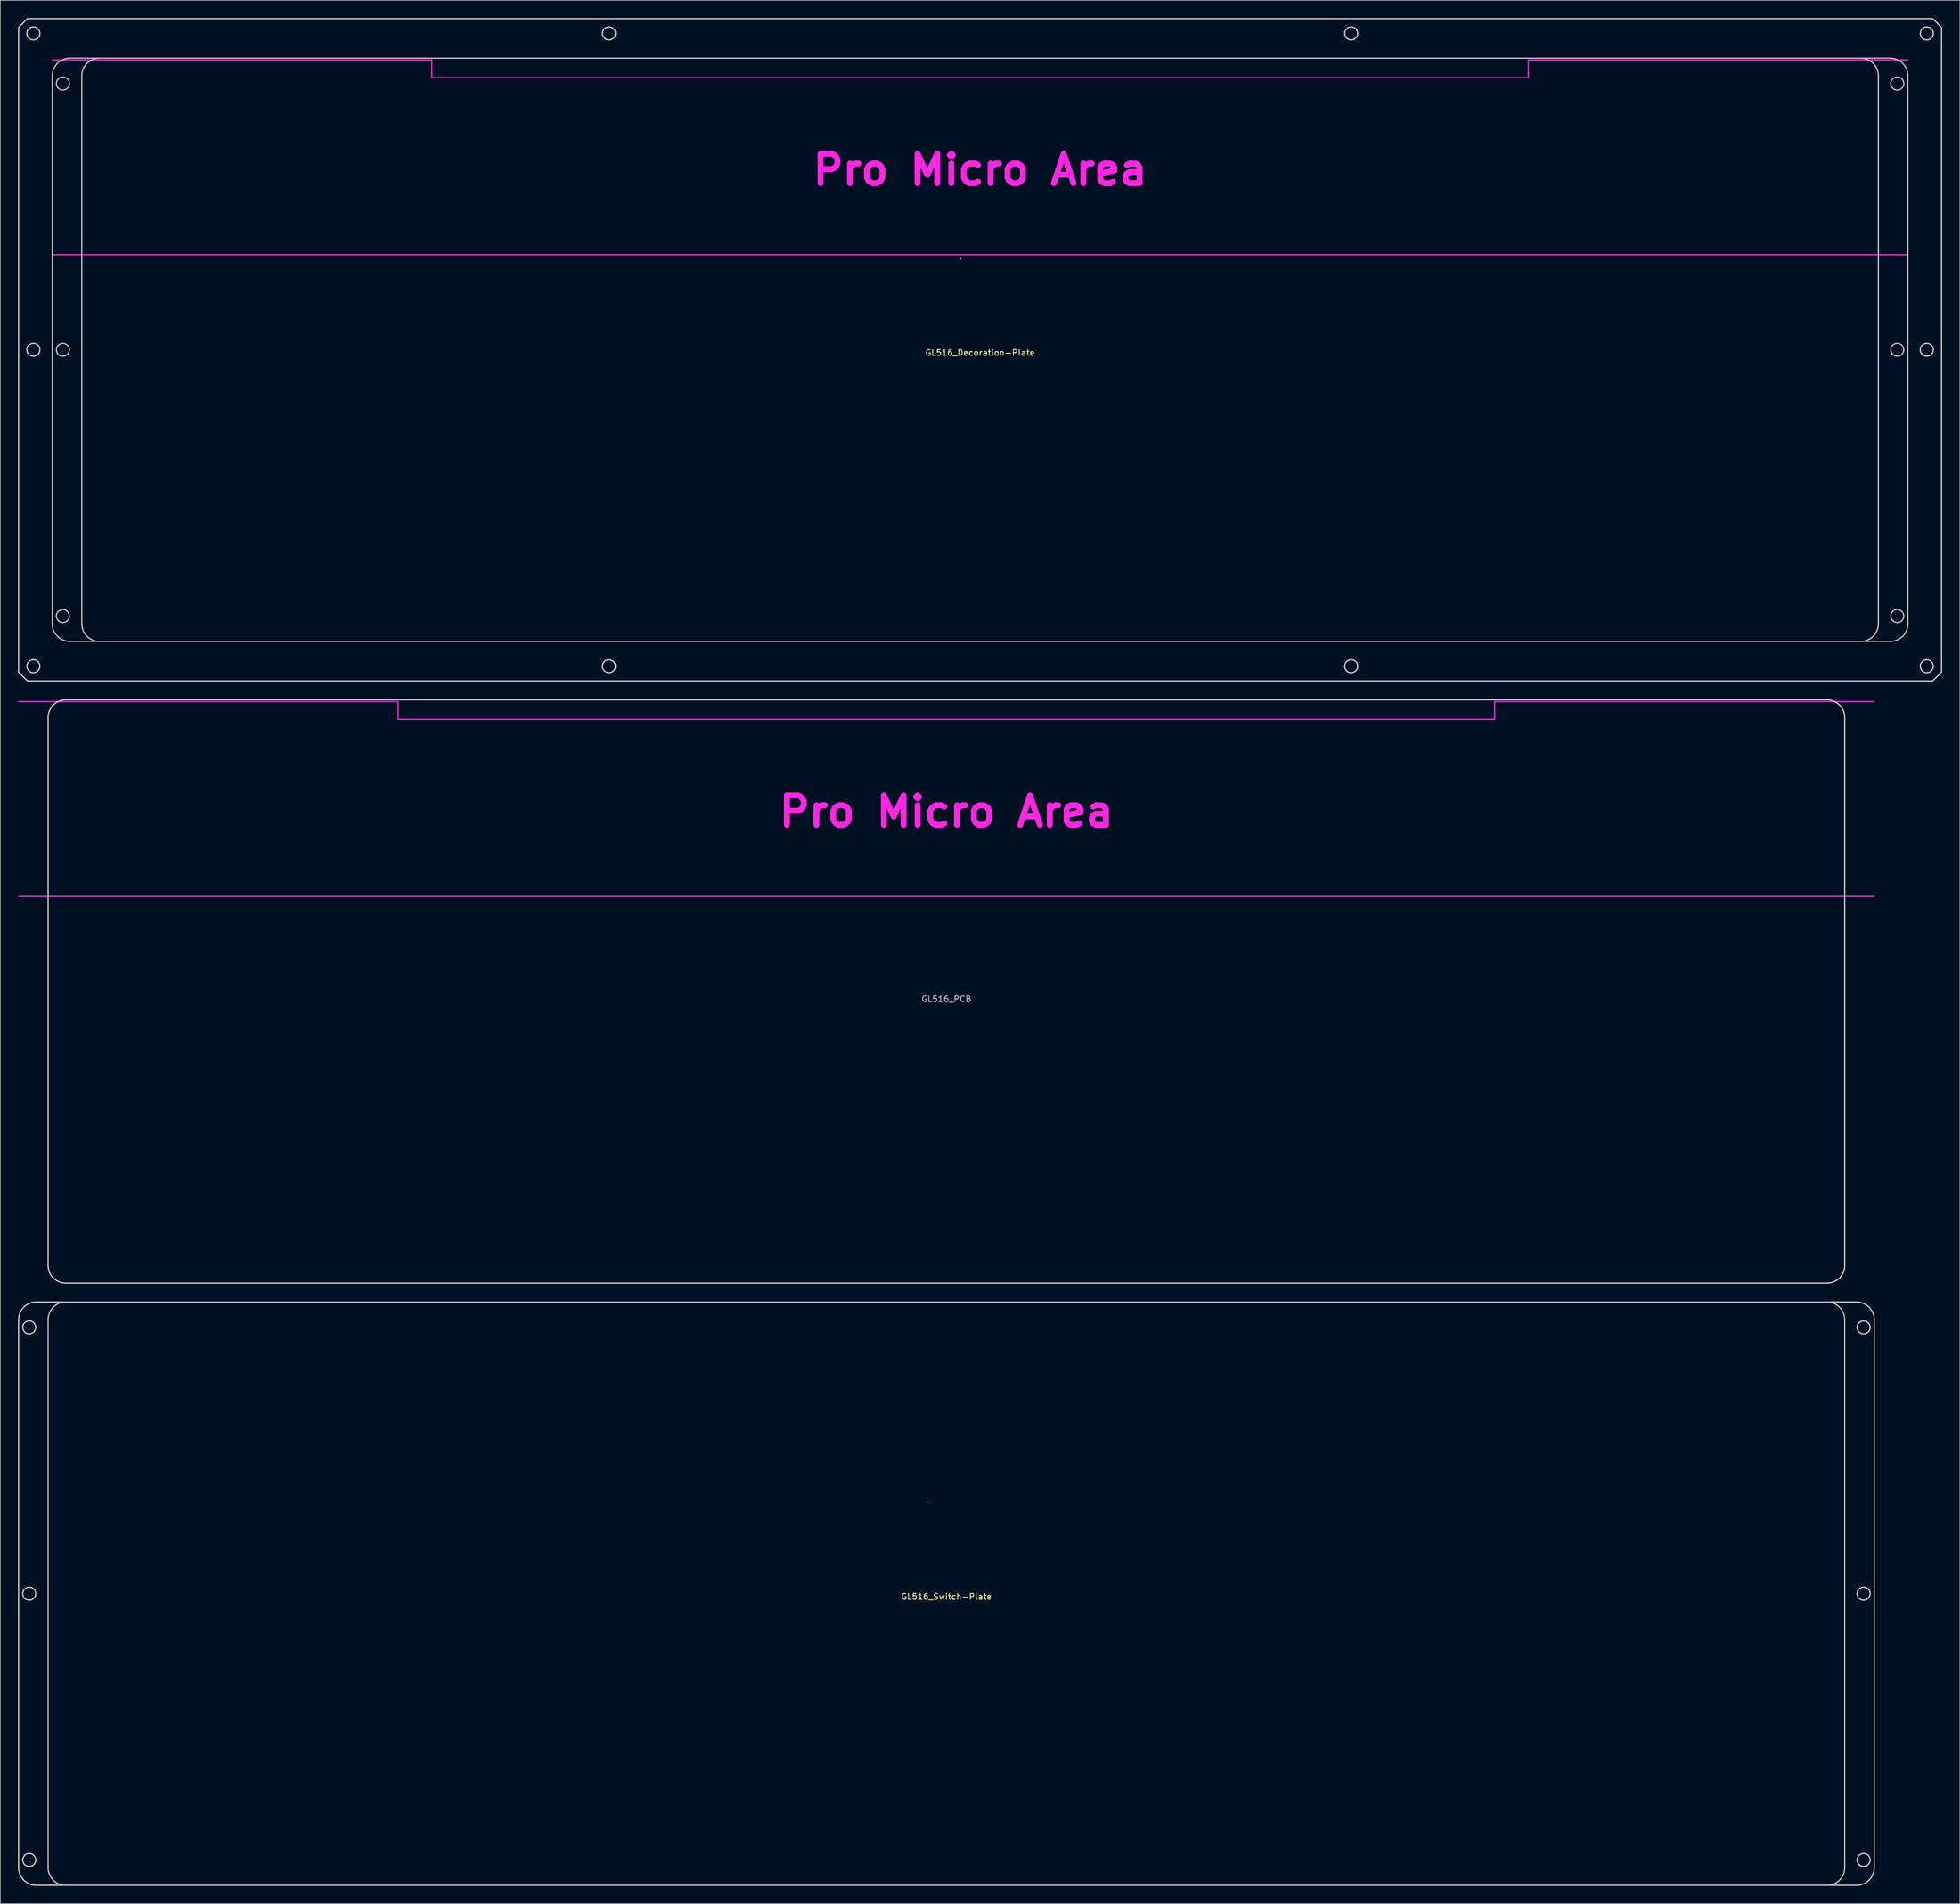
<source format=kicad_pcb>
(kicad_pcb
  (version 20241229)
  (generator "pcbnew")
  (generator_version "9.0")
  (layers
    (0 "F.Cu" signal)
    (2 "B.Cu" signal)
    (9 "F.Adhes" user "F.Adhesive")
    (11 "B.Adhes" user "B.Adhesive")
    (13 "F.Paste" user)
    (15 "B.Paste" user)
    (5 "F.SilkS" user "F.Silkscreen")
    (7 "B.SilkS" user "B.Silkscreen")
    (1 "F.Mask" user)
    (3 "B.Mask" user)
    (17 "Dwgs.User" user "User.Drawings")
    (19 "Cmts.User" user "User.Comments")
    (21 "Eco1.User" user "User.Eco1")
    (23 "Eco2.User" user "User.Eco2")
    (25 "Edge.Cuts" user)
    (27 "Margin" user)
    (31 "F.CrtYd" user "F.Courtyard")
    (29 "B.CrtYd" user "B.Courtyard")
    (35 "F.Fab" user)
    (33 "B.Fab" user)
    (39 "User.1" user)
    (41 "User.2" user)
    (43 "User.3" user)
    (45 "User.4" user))
  (footprint "GL516_Switch-Plate"
    (layer "F.Cu")
    (at 157.275 266.905)
    (property "Reference" "GL516_Switch-Plate" (at 0 0.5 0) (layer "F.SilkS") (effects (font (size 1 1) (thickness 0.15))))
    (attr through_hole)
    (fp_curve (pts (xy -152.174 -46.398) (xy -152.174 -46.398) (xy -152.174 46.401) (xy -152.174 46.401)) (stroke (width 0.2) (type solid)) (layer "Dwgs.User"))
    (fp_curve (pts (xy -152.174 46.402) (xy -152.174 48.059) (xy -150.831 49.402) (xy -149.174 49.402)) (stroke (width 0.2) (type solid)) (layer "Dwgs.User"))
    (fp_curve (pts (xy -149.174 49.4) (xy -149.174 49.4) (xy 149.174 49.4) (xy 149.174 49.4)) (stroke (width 0.2) (type solid)) (layer "Dwgs.User"))
    (fp_curve (pts (xy -149.174 -49.398) (xy -150.831 -49.398) (xy -152.174 -48.055) (xy -152.174 -46.398)) (stroke (width 0.2) (type solid)) (layer "Dwgs.User"))
    (fp_curve (pts (xy 149.174 -49.4) (xy 149.174 -49.4) (xy -149.174 -49.4) (xy -149.174 -49.4)) (stroke (width 0.2) (type solid)) (layer "Dwgs.User"))
    (fp_curve (pts (xy 149.177 49.402) (xy 150.833 49.402) (xy 152.176 48.058) (xy 152.176 46.402)) (stroke (width 0.2) (type solid)) (layer "Dwgs.User"))
    (fp_curve (pts (xy 152.174 46.401) (xy 152.174 46.401) (xy 152.174 -46.398) (xy 152.174 -46.398)) (stroke (width 0.2) (type solid)) (layer "Dwgs.User"))
    (fp_curve (pts (xy 152.176 -46.398) (xy 152.176 -48.055) (xy 150.833 -49.398) (xy 149.177 -49.398)) (stroke (width 0.2) (type solid)) (layer "Dwgs.User"))
    (fp_circle (center -155.374 -45.098) (end -154.274 -45.098) (stroke (width 0.2) (type solid)) (fill no) (layer "Edge.Cuts"))
    (fp_circle (center -155.374 0.002) (end -154.274 0.002) (stroke (width 0.2) (type solid)) (fill no) (layer "Edge.Cuts"))
    (fp_circle (center -155.374 45.102) (end -154.274 45.102) (stroke (width 0.2) (type solid)) (fill no) (layer "Edge.Cuts"))
    (fp_circle (center 155.377 -45.098) (end 156.477 -45.098) (stroke (width 0.2) (type solid)) (fill no) (layer "Edge.Cuts"))
    (fp_circle (center 155.377 0.002) (end 156.477 0.002) (stroke (width 0.2) (type solid)) (fill no) (layer "Edge.Cuts"))
    (fp_circle (center 155.377 45.102) (end 156.477 45.102) (stroke (width 0.2) (type solid)) (fill no) (layer "Edge.Cuts"))
    (fp_curve (pts (xy -157.175 -46.398) (xy -157.175 -46.398) (xy -157.175 46.401) (xy -157.175 46.401)) (stroke (width 0.2) (type solid)) (layer "Edge.Cuts"))
    (fp_curve (pts (xy -157.174 -46.398) (xy -157.174 -46.398) (xy -157.174 -46.398) (xy -157.174 -46.398)) (stroke (width 0.2) (type solid)) (layer "Edge.Cuts"))
    (fp_curve (pts (xy -157.174 46.402) (xy -157.174 48.059) (xy -155.831 49.402) (xy -154.174 49.402)) (stroke (width 0.2) (type solid)) (layer "Edge.Cuts"))
    (fp_curve (pts (xy -154.175 49.4) (xy -154.175 49.4) (xy 154.175 49.4) (xy 154.175 49.4)) (stroke (width 0.2) (type solid)) (layer "Edge.Cuts"))
    (fp_curve (pts (xy -154.174 49.402) (xy -154.174 49.402) (xy -154.174 49.402) (xy -154.174 49.402)) (stroke (width 0.2) (type solid)) (layer "Edge.Cuts"))
    (fp_curve (pts (xy -154.174 -49.398) (xy -155.831 -49.398) (xy -157.174 -48.055) (xy -157.174 -46.398)) (stroke (width 0.2) (type solid)) (layer "Edge.Cuts"))
    (fp_curve (pts (xy -149.174 49.402) (xy -149.174 49.402) (xy -149.174 49.402) (xy -149.174 49.402)) (stroke (width 0.2) (type solid)) (layer "Edge.Cuts"))
    (fp_curve (pts (xy -3.278 -15.396) (xy -3.278 -15.396) (xy -3.278 -15.396) (xy -3.278 -15.396)) (stroke (width 0.2) (type solid)) (layer "Edge.Cuts"))
    (fp_curve (pts (xy 154.175 -49.4) (xy 154.175 -49.4) (xy -154.175 -49.4) (xy -154.175 -49.4)) (stroke (width 0.2) (type solid)) (layer "Edge.Cuts"))
    (fp_curve (pts (xy 154.175 49.402) (xy 155.832 49.402) (xy 157.175 48.058) (xy 157.175 46.402)) (stroke (width 0.2) (type solid)) (layer "Edge.Cuts"))
    (fp_curve (pts (xy 157.175 -46.398) (xy 157.175 -48.055) (xy 155.832 -49.398) (xy 154.175 -49.398)) (stroke (width 0.2) (type solid)) (layer "Edge.Cuts"))
    (fp_curve (pts (xy 157.175 46.401) (xy 157.175 46.401) (xy 157.175 -46.398) (xy 157.175 -46.398)) (stroke (width 0.2) (type solid)) (layer "Edge.Cuts")))
  (footprint "GL516_PCB"
    (layer "F.Cu")
    (at 157.275 164.902)
    (property "Reference" "GL516_PCB" (at 0 1.27 0) (layer "Dwgs.User") (effects (font (size 1 1) (thickness 0.15))))
    (attr through_hole)
    (fp_curve (pts (xy -152.174 -46.398) (xy -152.174 -46.398) (xy -152.174 46.401) (xy -152.174 46.401)) (stroke (width 0.2) (type solid)) (layer "Edge.Cuts"))
    (fp_curve (pts (xy -152.174 -46.398) (xy -152.174 -46.398) (xy -152.174 -46.398) (xy -152.174 -46.398)) (stroke (width 0.2) (type solid)) (layer "Edge.Cuts"))
    (fp_curve (pts (xy -152.174 46.402) (xy -152.174 48.059) (xy -150.831 49.402) (xy -149.174 49.402)) (stroke (width 0.2) (type solid)) (layer "Edge.Cuts"))
    (fp_curve (pts (xy -149.174 49.4) (xy -149.174 49.4) (xy 149.174 49.4) (xy 149.174 49.4)) (stroke (width 0.2) (type solid)) (layer "Edge.Cuts"))
    (fp_curve (pts (xy -149.174 49.402) (xy -149.174 49.402) (xy -149.174 49.402) (xy -149.174 49.402)) (stroke (width 0.2) (type solid)) (layer "Edge.Cuts"))
    (fp_curve (pts (xy -149.174 -49.398) (xy -150.831 -49.398) (xy -152.174 -48.055) (xy -152.174 -46.398)) (stroke (width 0.2) (type solid)) (layer "Edge.Cuts"))
    (fp_curve (pts (xy 149.174 -49.4) (xy 149.174 -49.4) (xy -149.174 -49.4) (xy -149.174 -49.4)) (stroke (width 0.2) (type solid)) (layer "Edge.Cuts"))
    (fp_curve (pts (xy 149.177 49.402) (xy 150.833 49.402) (xy 152.176 48.058) (xy 152.176 46.402)) (stroke (width 0.2) (type solid)) (layer "Edge.Cuts"))
    (fp_curve (pts (xy 152.174 46.401) (xy 152.174 46.401) (xy 152.174 -46.398) (xy 152.174 -46.398)) (stroke (width 0.2) (type solid)) (layer "Edge.Cuts"))
    (fp_curve (pts (xy 152.176 -46.398) (xy 152.176 -48.055) (xy 150.833 -49.398) (xy 149.177 -49.398)) (stroke (width 0.2) (type solid)) (layer "Edge.Cuts"))
    (fp_curve (pts (xy -157.175 -49.098) (xy -157.175 -49.098) (xy -92.875 -49.098) (xy -92.875 -49.098)) (stroke (width 0.2) (type solid)) (layer "F.CrtYd"))
    (fp_curve (pts (xy -157.175 -16.099) (xy -157.175 -16.099) (xy 157.175 -16.099) (xy 157.175 -16.099)) (stroke (width 0.2) (type solid)) (layer "F.CrtYd"))
    (fp_curve (pts (xy -92.875 -49.098) (xy -92.875 -49.098) (xy -92.875 -46.098) (xy -92.875 -46.098)) (stroke (width 0.2) (type solid)) (layer "F.CrtYd"))
    (fp_curve (pts (xy -92.875 -46.098) (xy -92.875 -46.098) (xy 92.875 -46.098) (xy 92.875 -46.098)) (stroke (width 0.2) (type solid)) (layer "F.CrtYd"))
    (fp_curve (pts (xy 92.875 -49.098) (xy 92.875 -49.098) (xy 92.875 -46.098) (xy 92.875 -46.098)) (stroke (width 0.2) (type solid)) (layer "F.CrtYd"))
    (fp_curve (pts (xy 157.175 -49.098) (xy 157.175 -49.098) (xy 92.875 -49.098) (xy 92.875 -49.098)) (stroke (width 0.2) (type solid)) (layer "F.CrtYd"))
    (fp_text user "Pro Micro Area" (at 0 -30.48 0) (layer "F.CrtYd") (effects (font (size 5 5) (thickness 1)))))
  (footprint "GL516_Decoration-Plate"
    (layer "F.Cu")
    (at 162.975 56.201)
    (property "Reference" "GL516_Decoration-Plate" (at 0 0.5 0) (layer "F.SilkS") (effects (font (size 1 1) (thickness 0.15))))
    (attr through_hole)
    (fp_circle (center -155.374 -45.098) (end -154.274 -45.098) (stroke (width 0.2) (type solid)) (fill no) (layer "Dwgs.User"))
    (fp_circle (center -155.374 0.002) (end -154.274 0.002) (stroke (width 0.2) (type solid)) (fill no) (layer "Dwgs.User"))
    (fp_circle (center -155.374 45.102) (end -154.274 45.102) (stroke (width 0.2) (type solid)) (fill no) (layer "Dwgs.User"))
    (fp_circle (center 155.377 -45.098) (end 156.477 -45.098) (stroke (width 0.2) (type solid)) (fill no) (layer "Dwgs.User"))
    (fp_circle (center 155.377 0.002) (end 156.477 0.002) (stroke (width 0.2) (type solid)) (fill no) (layer "Dwgs.User"))
    (fp_circle (center 155.377 45.102) (end 156.477 45.102) (stroke (width 0.2) (type solid)) (fill no) (layer "Dwgs.User"))
    (fp_curve (pts (xy -157.175 -46.401) (xy -157.175 -46.398) (xy -157.175 46.401) (xy -157.175 46.401)) (stroke (width 0.2) (type solid)) (layer "Dwgs.User"))
    (fp_curve (pts (xy -157.175 46.402) (xy -157.174 48.059) (xy -155.831 49.402) (xy -154.175 49.4)) (stroke (width 0.2) (type solid)) (layer "Dwgs.User"))
    (fp_curve (pts (xy -157.174 -46.398) (xy -157.174 -46.398) (xy -157.174 -46.398) (xy -157.174 -46.398)) (stroke (width 0.2) (type solid)) (layer "Dwgs.User"))
    (fp_curve (pts (xy -154.175 -49.4) (xy -155.831 -49.398) (xy -157.174 -48.055) (xy -157.175 -46.401)) (stroke (width 0.2) (type solid)) (layer "Dwgs.User"))
    (fp_curve (pts (xy -154.175 49.4) (xy -154.175 49.4) (xy 154.175 49.4) (xy 154.175 49.4)) (stroke (width 0.2) (type solid)) (layer "Dwgs.User"))
    (fp_curve (pts (xy -152.174 -46.398) (xy -152.174 -46.398) (xy -152.174 46.401) (xy -152.174 46.401)) (stroke (width 0.2) (type solid)) (layer "Dwgs.User"))
    (fp_curve (pts (xy -152.174 -46.398) (xy -152.174 -46.398) (xy -152.174 -46.398) (xy -152.174 -46.398)) (stroke (width 0.2) (type solid)) (layer "Dwgs.User"))
    (fp_curve (pts (xy -152.174 46.402) (xy -152.174 48.059) (xy -150.831 49.402) (xy -149.174 49.402)) (stroke (width 0.2) (type solid)) (layer "Dwgs.User"))
    (fp_curve (pts (xy -149.174 49.4) (xy -149.174 49.4) (xy 149.174 49.4) (xy 149.174 49.4)) (stroke (width 0.2) (type solid)) (layer "Dwgs.User"))
    (fp_curve (pts (xy -149.174 -49.398) (xy -150.831 -49.398) (xy -152.174 -48.055) (xy -152.174 -46.398)) (stroke (width 0.2) (type solid)) (layer "Dwgs.User"))
    (fp_curve (pts (xy -3.278 -15.396) (xy -3.278 -15.396) (xy -3.278 -15.396) (xy -3.278 -15.396)) (stroke (width 0.2) (type solid)) (layer "Dwgs.User"))
    (fp_curve (pts (xy 149.174 -49.4) (xy 149.174 -49.4) (xy -149.174 -49.4) (xy -149.174 -49.4)) (stroke (width 0.2) (type solid)) (layer "Dwgs.User"))
    (fp_curve (pts (xy 149.177 49.402) (xy 150.833 49.402) (xy 152.176 48.058) (xy 152.176 46.402)) (stroke (width 0.2) (type solid)) (layer "Dwgs.User"))
    (fp_curve (pts (xy 152.174 46.401) (xy 152.174 46.401) (xy 152.174 -46.398) (xy 152.174 -46.398)) (stroke (width 0.2) (type solid)) (layer "Dwgs.User"))
    (fp_curve (pts (xy 152.176 -46.398) (xy 152.176 -48.055) (xy 150.833 -49.398) (xy 149.177 -49.398)) (stroke (width 0.2) (type solid)) (layer "Dwgs.User"))
    (fp_curve (pts (xy 154.175 -49.4) (xy 154.175 -49.4) (xy -154.175 -49.4) (xy -154.175 -49.4)) (stroke (width 0.2) (type solid)) (layer "Dwgs.User"))
    (fp_curve (pts (xy 154.175 49.4) (xy 155.832 49.402) (xy 157.175 48.058) (xy 157.175 46.401)) (stroke (width 0.2) (type solid)) (layer "Dwgs.User"))
    (fp_curve (pts (xy 157.175 -46.401) (xy 157.175 -48.055) (xy 155.832 -49.398) (xy 154.175 -49.4)) (stroke (width 0.2) (type solid)) (layer "Dwgs.User"))
    (fp_curve (pts (xy 157.175 46.401) (xy 157.175 46.401) (xy 157.175 -46.398) (xy 157.175 -46.401)) (stroke (width 0.2) (type solid)) (layer "Dwgs.User"))
    (fp_circle (center -160.373 -53.599) (end -159.273 -53.599) (stroke (width 0.2) (type solid)) (fill no) (layer "Edge.Cuts"))
    (fp_circle (center -160.373 0.001) (end -159.273 0.001) (stroke (width 0.2) (type solid)) (fill no) (layer "Edge.Cuts"))
    (fp_circle (center -160.373 53.601) (end -159.273 53.601) (stroke (width 0.2) (type solid)) (fill no) (layer "Edge.Cuts"))
    (fp_circle (center -62.873 -53.599) (end -61.773 -53.599) (stroke (width 0.2) (type solid)) (fill no) (layer "Edge.Cuts"))
    (fp_circle (center -62.873 53.601) (end -61.773 53.601) (stroke (width 0.2) (type solid)) (fill no) (layer "Edge.Cuts"))
    (fp_circle (center 62.877 -53.599) (end 63.977 -53.599) (stroke (width 0.2) (type solid)) (fill no) (layer "Edge.Cuts"))
    (fp_circle (center 62.877 53.601) (end 63.977 53.601) (stroke (width 0.2) (type solid)) (fill no) (layer "Edge.Cuts"))
    (fp_circle (center 160.376 -53.599) (end 161.476 -53.599) (stroke (width 0.2) (type solid)) (fill no) (layer "Edge.Cuts"))
    (fp_circle (center 160.376 0.001) (end 161.476 0.001) (stroke (width 0.2) (type solid)) (fill no) (layer "Edge.Cuts"))
    (fp_circle (center 160.376 53.601) (end 161.476 53.601) (stroke (width 0.2) (type solid)) (fill no) (layer "Edge.Cuts"))
    (fp_curve (pts (xy -162.875 -54.6) (xy -162.875 -54.6) (xy -162.875 54.6) (xy -162.875 54.6)) (stroke (width 0.2) (type solid)) (layer "Edge.Cuts"))
    (fp_curve (pts (xy -162.875 54.6) (xy -162.875 54.6) (xy -161.374 56.101) (xy -161.374 56.101)) (stroke (width 0.2) (type solid)) (layer "Edge.Cuts"))
    (fp_curve (pts (xy -161.374 -56.101) (xy -161.374 -56.101) (xy -162.875 -54.6) (xy -162.875 -54.6)) (stroke (width 0.2) (type solid)) (layer "Edge.Cuts"))
    (fp_curve (pts (xy -161.374 56.101) (xy -161.374 56.101) (xy 161.376 56.101) (xy 161.376 56.101)) (stroke (width 0.2) (type solid)) (layer "Edge.Cuts"))
    (fp_curve (pts (xy 161.376 -56.101) (xy 161.376 -56.101) (xy -161.374 -56.101) (xy -161.374 -56.101)) (stroke (width 0.2) (type solid)) (layer "Edge.Cuts"))
    (fp_curve (pts (xy 161.376 56.101) (xy 161.376 56.101) (xy 162.875 54.6) (xy 162.875 54.6)) (stroke (width 0.2) (type solid)) (layer "Edge.Cuts"))
    (fp_curve (pts (xy 162.875 -54.6) (xy 162.875 -54.6) (xy 161.376 -56.101) (xy 161.376 -56.101)) (stroke (width 0.2) (type solid)) (layer "Edge.Cuts"))
    (fp_curve (pts (xy 162.875 54.6) (xy 162.875 54.6) (xy 162.875 -54.6) (xy 162.875 -54.6)) (stroke (width 0.2) (type solid)) (layer "Edge.Cuts"))
    (fp_curve (pts (xy -157.175 -49.098) (xy -157.175 -49.098) (xy -92.875 -49.098) (xy -92.875 -49.098)) (stroke (width 0.2) (type solid)) (layer "F.CrtYd"))
    (fp_curve (pts (xy -157.175 -16.099) (xy -157.175 -16.099) (xy 157.175 -16.099) (xy 157.175 -16.099)) (stroke (width 0.2) (type solid)) (layer "F.CrtYd"))
    (fp_curve (pts (xy -152.174 -46.398) (xy -152.174 -46.398) (xy -152.174 46.401) (xy -152.174 46.401)) (stroke (width 0.2) (type solid)) (layer "F.CrtYd"))
    (fp_curve (pts (xy -152.174 46.402) (xy -152.174 48.059) (xy -150.831 49.402) (xy -149.174 49.402)) (stroke (width 0.2) (type solid)) (layer "F.CrtYd"))
    (fp_curve (pts (xy -149.174 49.4) (xy -149.174 49.4) (xy 149.174 49.4) (xy 149.174 49.4)) (stroke (width 0.2) (type solid)) (layer "F.CrtYd"))
    (fp_curve (pts (xy -149.174 -49.398) (xy -150.831 -49.398) (xy -152.174 -48.055) (xy -152.174 -46.398)) (stroke (width 0.2) (type solid)) (layer "F.CrtYd"))
    (fp_curve (pts (xy -92.875 -49.098) (xy -92.875 -49.098) (xy -92.875 -46.098) (xy -92.875 -46.098)) (stroke (width 0.2) (type solid)) (layer "F.CrtYd"))
    (fp_curve (pts (xy -92.875 -46.098) (xy -92.875 -46.098) (xy 92.875 -46.098) (xy 92.875 -46.098)) (stroke (width 0.2) (type solid)) (layer "F.CrtYd"))
    (fp_curve (pts (xy 92.875 -49.098) (xy 92.875 -49.098) (xy 92.875 -46.098) (xy 92.875 -46.098)) (stroke (width 0.2) (type solid)) (layer "F.CrtYd"))
    (fp_curve (pts (xy 149.174 -49.4) (xy 149.174 -49.4) (xy -149.174 -49.4) (xy -149.174 -49.4)) (stroke (width 0.2) (type solid)) (layer "F.CrtYd"))
    (fp_curve (pts (xy 149.177 49.402) (xy 150.833 49.402) (xy 152.176 48.058) (xy 152.176 46.402)) (stroke (width 0.2) (type solid)) (layer "F.CrtYd"))
    (fp_curve (pts (xy 152.174 46.401) (xy 152.174 46.401) (xy 152.174 -46.398) (xy 152.174 -46.398)) (stroke (width 0.2) (type solid)) (layer "F.CrtYd"))
    (fp_curve (pts (xy 152.176 -46.398) (xy 152.176 -48.055) (xy 150.833 -49.398) (xy 149.177 -49.398)) (stroke (width 0.2) (type solid)) (layer "F.CrtYd"))
    (fp_curve (pts (xy 157.175 -49.098) (xy 157.175 -49.098) (xy 92.875 -49.098) (xy 92.875 -49.098)) (stroke (width 0.2) (type solid)) (layer "F.CrtYd"))
    (fp_text user "Pro Micro Area" (at 0 -30.48 0) (layer "F.CrtYd") (effects (font (size 5 5) (thickness 1)))))
  (gr_rect
    (start -3 -3)
    (end 328.95 319.406)
    (stroke (width 0.1) (type default))
    (fill no)
    (layer "Edge.Cuts")))
</source>
